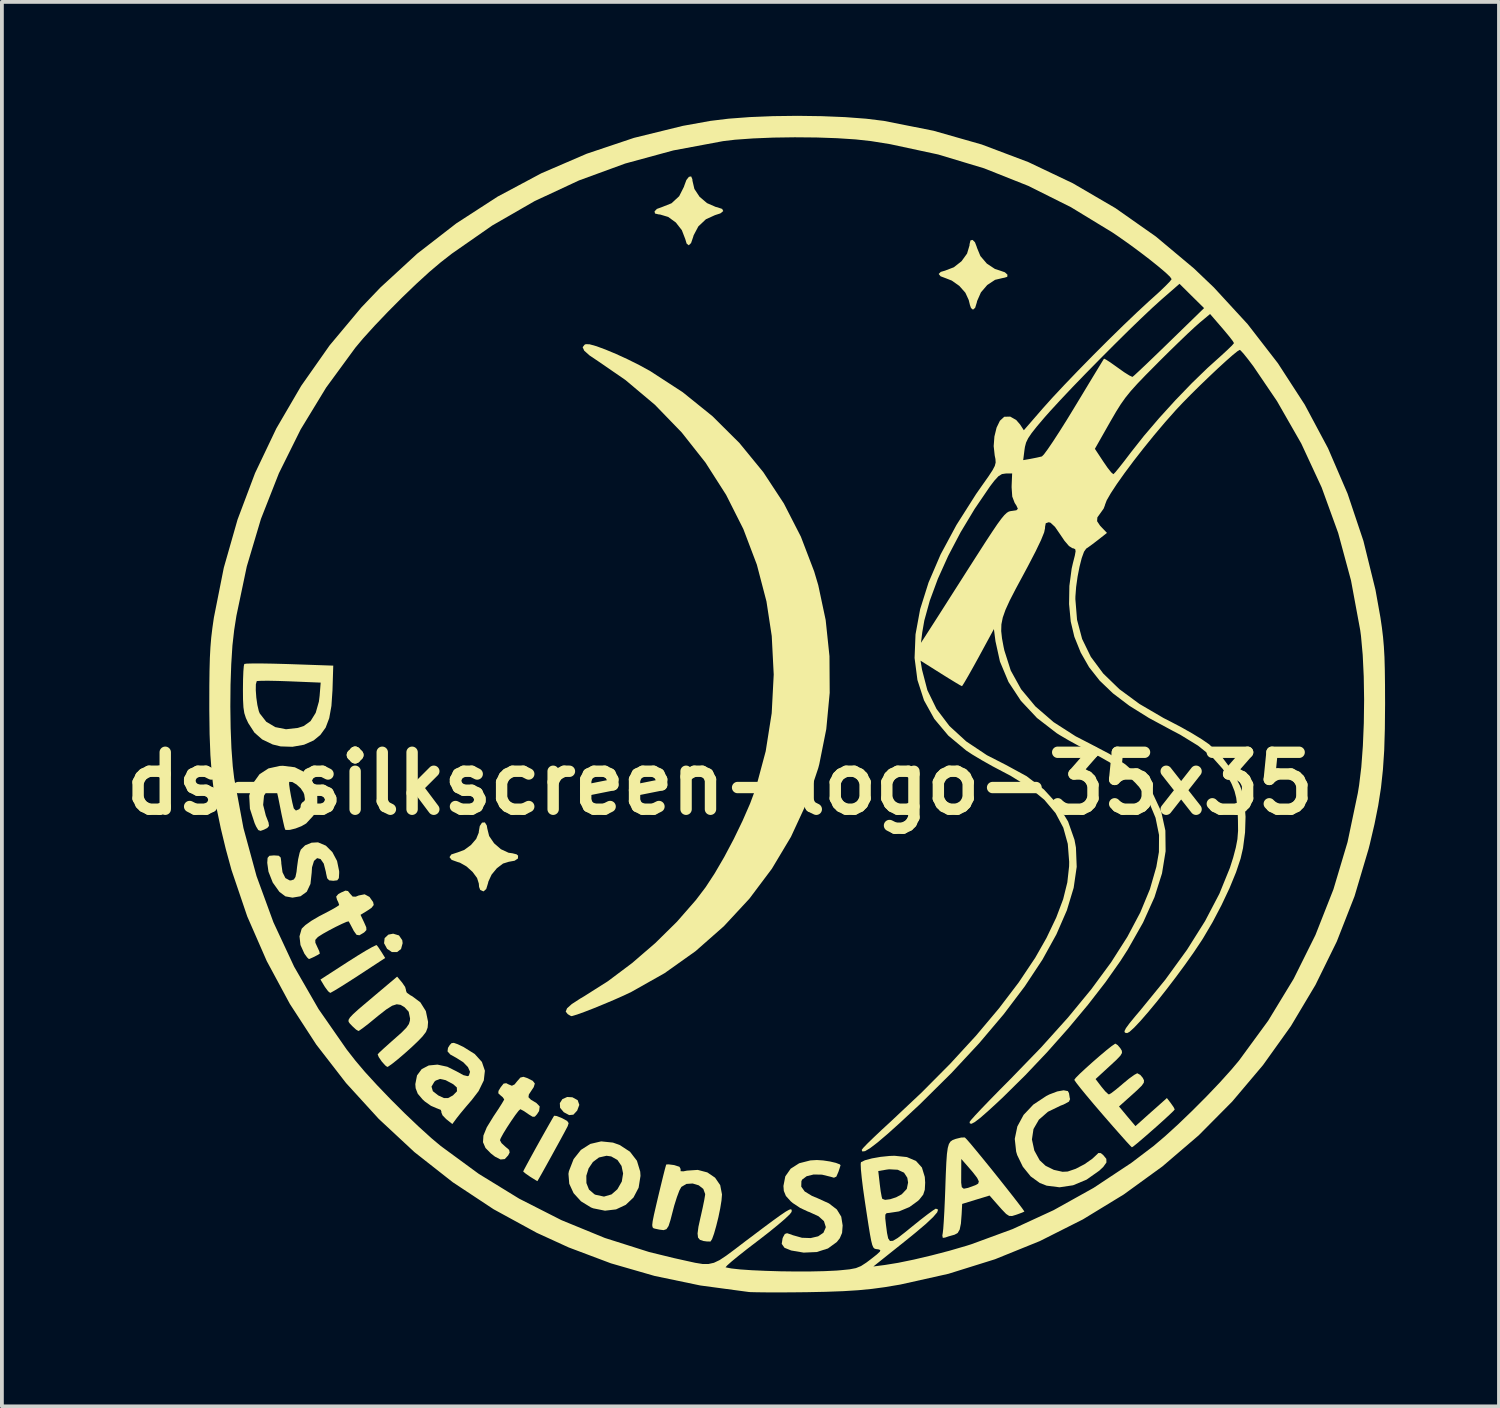
<source format=kicad_pcb>
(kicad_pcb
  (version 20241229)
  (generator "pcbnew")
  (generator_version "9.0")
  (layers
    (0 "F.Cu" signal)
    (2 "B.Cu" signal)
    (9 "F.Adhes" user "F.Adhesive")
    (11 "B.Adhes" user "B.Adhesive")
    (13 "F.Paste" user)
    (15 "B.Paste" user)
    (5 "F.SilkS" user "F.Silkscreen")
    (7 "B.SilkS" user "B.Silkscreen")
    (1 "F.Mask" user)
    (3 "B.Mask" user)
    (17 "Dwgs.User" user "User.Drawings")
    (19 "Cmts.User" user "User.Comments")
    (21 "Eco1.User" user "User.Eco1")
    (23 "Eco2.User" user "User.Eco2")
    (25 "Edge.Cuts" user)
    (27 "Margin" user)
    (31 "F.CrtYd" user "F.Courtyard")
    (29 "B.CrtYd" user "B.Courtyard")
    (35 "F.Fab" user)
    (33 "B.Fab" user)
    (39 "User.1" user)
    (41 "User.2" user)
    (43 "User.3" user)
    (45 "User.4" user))
  (footprint "ds-silkscreen-logo-35x35"
    (layer "F.Cu")
    (at 17.923 15.511)
    (property "Reference" "ds-silkscreen-logo-35x35" (at -2.015 2.069 0) (layer "F.SilkS") (effects (font (size 1.5 1.5) (thickness 0.3))))
    (attr board_only exclude_from_pos_files exclude_from_bom)
    (fp_poly (pts (xy -10.467 6.07) (xy -10.381 6.196) (xy -10.371 6.274) (xy -10.413 6.427) (xy -10.517 6.509) (xy -10.653 6.509) (xy -10.78 6.423) (xy -10.86 6.276) (xy -10.845 6.141) (xy -10.747 6.049) (xy -10.621 6.024)) (stroke (width 0) (type solid)) (fill yes) (layer "F.SilkS"))
    (fp_poly (pts (xy -5.901 10.332) (xy -5.762 10.408) (xy -5.719 10.532) (xy -5.775 10.682) (xy -5.875 10.79) (xy -5.986 10.801) (xy -6.128 10.725) (xy -6.225 10.609) (xy -6.232 10.485) (xy -6.165 10.381) (xy -6.038 10.324)) (stroke (width 0) (type solid)) (fill yes) (layer "F.SilkS"))
    (fp_poly (pts (xy -11.004 6.391) (xy -10.929 6.506) (xy -10.926 6.51) (xy -10.831 6.664) (xy -11.534 7.124) (xy -11.782 7.284) (xy -11.997 7.42) (xy -12.163 7.521) (xy -12.261 7.576) (xy -12.279 7.583) (xy -12.333 7.54) (xy -12.412 7.434) (xy -12.429 7.408) (xy -12.535 7.232) (xy -11.81 6.763) (xy -11.559 6.604) (xy -11.342 6.472) (xy -11.174 6.377) (xy -11.074 6.329) (xy -11.053 6.326)) (stroke (width 0) (type solid)) (fill yes) (layer "F.SilkS"))
    (fp_poly (pts (xy -6.322 10.824) (xy -6.202 10.869) (xy -6.163 10.887) (xy -6.039 10.955) (xy -6 11.013) (xy -6.026 11.095) (xy -6.032 11.106) (xy -6.108 11.25) (xy -6.213 11.444) (xy -6.336 11.668) (xy -6.465 11.903) (xy -6.589 12.127) (xy -6.697 12.321) (xy -6.778 12.464) (xy -6.82 12.535) (xy -6.824 12.54) (xy -6.872 12.512) (xy -6.98 12.445) (xy -7.015 12.423) (xy -7.13 12.343) (xy -7.192 12.291) (xy -7.196 12.284) (xy -7.17 12.231) (xy -7.101 12.102) (xy -7.001 11.918) (xy -6.881 11.699) (xy -6.752 11.467) (xy -6.626 11.243) (xy -6.515 11.047) (xy -6.431 10.9) (xy -6.385 10.823) (xy -6.381 10.818)) (stroke (width 0) (type solid)) (fill yes) (layer "F.SilkS"))
    (fp_poly (pts (xy -2.742 -13.842) (xy -2.74 -13.804) (xy -2.689 -13.586) (xy -2.553 -13.38) (xy -2.357 -13.213) (xy -2.126 -13.112) (xy -2.091 -13.105) (xy -1.957 -13.06) (xy -1.929 -13.003) (xy -2.005 -12.942) (xy -2.147 -12.896) (xy -2.386 -12.787) (xy -2.585 -12.599) (xy -2.709 -12.364) (xy -2.721 -12.322) (xy -2.776 -12.161) (xy -2.837 -12.102) (xy -2.893 -12.147) (xy -2.929 -12.266) (xy -3.019 -12.5) (xy -3.178 -12.703) (xy -3.379 -12.849) (xy -3.597 -12.914) (xy -3.628 -12.915) (xy -3.726 -12.939) (xy -3.738 -12.996) (xy -3.676 -13.06) (xy -3.549 -13.106) (xy -3.292 -13.208) (xy -3.089 -13.395) (xy -2.963 -13.645) (xy -2.955 -13.672) (xy -2.9 -13.82) (xy -2.833 -13.905) (xy -2.774 -13.916)) (stroke (width 0) (type solid)) (fill yes) (layer "F.SilkS"))
    (fp_poly (pts (xy 4.699 -12.182) (xy 4.748 -12.055) (xy 4.75 -12.042) (xy 4.842 -11.819) (xy 5.012 -11.62) (xy 5.225 -11.479) (xy 5.355 -11.437) (xy 5.487 -11.391) (xy 5.555 -11.328) (xy 5.549 -11.271) (xy 5.458 -11.244) (xy 5.446 -11.244) (xy 5.229 -11.193) (xy 5.023 -11.057) (xy 4.856 -10.862) (xy 4.755 -10.633) (xy 4.748 -10.598) (xy 4.704 -10.456) (xy 4.647 -10.407) (xy 4.595 -10.45) (xy 4.567 -10.53) (xy 4.534 -10.664) (xy 4.533 -10.665) (xy 4.447 -10.852) (xy 4.287 -11.033) (xy 4.088 -11.173) (xy 3.948 -11.228) (xy 3.794 -11.286) (xy 3.744 -11.347) (xy 3.799 -11.402) (xy 3.909 -11.434) (xy 4.142 -11.523) (xy 4.345 -11.682) (xy 4.491 -11.884) (xy 4.556 -12.101) (xy 4.557 -12.132) (xy 4.581 -12.231) (xy 4.636 -12.244)) (stroke (width 0) (type solid)) (fill yes) (layer "F.SilkS"))
    (fp_poly (pts (xy -8.205 3.095) (xy -8.155 3.176) (xy -8.142 3.256) (xy -8.093 3.453) (xy -7.963 3.644) (xy -7.783 3.8) (xy -7.582 3.893) (xy -7.48 3.907) (xy -7.37 3.935) (xy -7.331 3.969) (xy -7.335 4.044) (xy -7.422 4.103) (xy -7.566 4.129) (xy -7.57 4.129) (xy -7.728 4.178) (xy -7.891 4.302) (xy -8.03 4.471) (xy -8.114 4.654) (xy -8.122 4.693) (xy -8.17 4.849) (xy -8.243 4.911) (xy -8.328 4.872) (xy -8.358 4.793) (xy -8.365 4.704) (xy -8.411 4.558) (xy -8.53 4.397) (xy -8.69 4.253) (xy -8.862 4.155) (xy -8.923 4.137) (xy -9.081 4.08) (xy -9.137 4.008) (xy -9.089 3.938) (xy -8.937 3.888) (xy -8.931 3.887) (xy -8.747 3.818) (xy -8.571 3.688) (xy -8.434 3.528) (xy -8.367 3.365) (xy -8.365 3.334) (xy -8.34 3.19) (xy -8.281 3.1) (xy -8.206 3.094)) (stroke (width 0) (type solid)) (fill yes) (layer "F.SilkS"))
    (fp_poly (pts (xy -4.833 11.525) (xy -4.655 11.589) (xy -4.385 11.765) (xy -4.202 12.003) (xy -4.115 12.29) (xy -4.108 12.402) (xy -4.157 12.712) (xy -4.292 12.97) (xy -4.496 13.164) (xy -4.752 13.284) (xy -5.043 13.318) (xy -5.352 13.256) (xy -5.413 13.232) (xy -5.675 13.071) (xy -5.87 12.856) (xy -5.984 12.608) (xy -6.001 12.397) (xy -5.534 12.397) (xy -5.532 12.591) (xy -5.464 12.762) (xy -5.32 12.886) (xy -5.295 12.898) (xy -5.069 12.947) (xy -4.87 12.889) (xy -4.716 12.753) (xy -4.6 12.55) (xy -4.566 12.338) (xy -4.607 12.141) (xy -4.714 11.983) (xy -4.88 11.889) (xy -5.002 11.872) (xy -5.202 11.917) (xy -5.361 12.036) (xy -5.474 12.204) (xy -5.534 12.397) (xy -6.001 12.397) (xy -6.005 12.348) (xy -5.993 12.278) (xy -5.869 11.96) (xy -5.677 11.718) (xy -5.43 11.56) (xy -5.143 11.493)) (stroke (width 0) (type solid)) (fill yes) (layer "F.SilkS"))
    (fp_poly (pts (xy 7.145 10.169) (xy 7.175 10.224) (xy 7.195 10.351) (xy 7.204 10.378) (xy 7.174 10.446) (xy 7.033 10.522) (xy 6.952 10.553) (xy 6.621 10.713) (xy 6.382 10.922) (xy 6.24 11.168) (xy 6.199 11.442) (xy 6.262 11.734) (xy 6.403 11.991) (xy 6.559 12.136) (xy 6.776 12.243) (xy 7.006 12.294) (xy 7.141 12.287) (xy 7.352 12.215) (xy 7.584 12.094) (xy 7.787 11.952) (xy 7.867 11.878) (xy 7.95 11.799) (xy 8.013 11.802) (xy 8.076 11.853) (xy 8.158 11.953) (xy 8.161 12.049) (xy 8.077 12.166) (xy 7.973 12.264) (xy 7.637 12.501) (xy 7.282 12.649) (xy 6.926 12.702) (xy 6.586 12.659) (xy 6.407 12.589) (xy 6.165 12.414) (xy 5.959 12.159) (xy 5.811 11.854) (xy 5.784 11.763) (xy 5.747 11.427) (xy 5.815 11.1) (xy 5.98 10.795) (xy 6.236 10.524) (xy 6.575 10.299) (xy 6.658 10.257) (xy 6.866 10.178) (xy 7.035 10.148)) (stroke (width 0) (type solid)) (fill yes) (layer "F.SilkS"))
    (fp_poly (pts (xy -12.393 3.706) (xy -12.221 3.877) (xy -12.098 4.109) (xy -12.043 4.377) (xy -12.042 4.426) (xy -12.05 4.561) (xy -12.092 4.619) (xy -12.194 4.631) (xy -12.202 4.631) (xy -12.305 4.62) (xy -12.358 4.565) (xy -12.387 4.436) (xy -12.392 4.401) (xy -12.448 4.18) (xy -12.532 4.059) (xy -12.623 4.035) (xy -12.705 4.108) (xy -12.757 4.277) (xy -12.766 4.419) (xy -12.798 4.713) (xy -12.895 4.919) (xy -13.06 5.039) (xy -13.271 5.075) (xy -13.459 5.041) (xy -13.616 4.923) (xy -13.791 4.678) (xy -13.904 4.391) (xy -13.936 4.159) (xy -13.927 4.028) (xy -13.88 3.973) (xy -13.763 3.963) (xy -13.754 3.963) (xy -13.635 3.971) (xy -13.582 4.019) (xy -13.567 4.138) (xy -13.566 4.175) (xy -13.534 4.407) (xy -13.458 4.56) (xy -13.344 4.622) (xy -13.305 4.62) (xy -13.235 4.596) (xy -13.193 4.53) (xy -13.165 4.396) (xy -13.151 4.269) (xy -13.123 4.066) (xy -13.083 3.891) (xy -13.052 3.81) (xy -12.939 3.698) (xy -12.768 3.628) (xy -12.599 3.619)) (stroke (width 0) (type solid)) (fill yes) (layer "F.SilkS"))
    (fp_poly (pts (xy -14.082 -1.091) (xy -13.786 -1.086) (xy -13.447 -1.077) (xy -13.351 -1.074) (xy -12.198 -1.034) (xy -12.218 -0.388) (xy -12.246 0.026) (xy -12.304 0.349) (xy -12.398 0.598) (xy -12.537 0.79) (xy -12.713 0.935) (xy -12.968 1.049) (xy -13.273 1.103) (xy -13.585 1.093) (xy -13.793 1.042) (xy -14.071 0.908) (xy -14.274 0.729) (xy -14.437 0.477) (xy -14.499 0.344) (xy -14.54 0.216) (xy -14.563 0.065) (xy -14.574 -0.139) (xy -14.576 -0.386) (xy -14.238 -0.386) (xy -14.224 -0.192) (xy -14.196 0.003) (xy -14.158 0.164) (xy -14.134 0.224) (xy -13.962 0.444) (xy -13.725 0.585) (xy -13.442 0.641) (xy -13.13 0.606) (xy -12.975 0.556) (xy -12.796 0.427) (xy -12.66 0.208) (xy -12.576 -0.087) (xy -12.557 -0.238) (xy -12.529 -0.587) (xy -13.356 -0.621) (xy -13.648 -0.631) (xy -13.899 -0.636) (xy -14.088 -0.635) (xy -14.196 -0.629) (xy -14.213 -0.625) (xy -14.236 -0.542) (xy -14.238 -0.386) (xy -14.576 -0.386) (xy -14.576 -0.418) (xy -14.573 -0.671) (xy -14.565 -0.881) (xy -14.553 -1.025) (xy -14.54 -1.078) (xy -14.476 -1.087) (xy -14.317 -1.091)) (stroke (width 0) (type solid)) (fill yes) (layer "F.SilkS"))
    (fp_poly (pts (xy -7.095 9.824) (xy -6.945 9.899) (xy -6.89 9.97) (xy -6.92 10.066) (xy -6.974 10.147) (xy -7.047 10.258) (xy -7.058 10.33) (xy -6.995 10.395) (xy -6.848 10.483) (xy -6.762 10.573) (xy -6.778 10.693) (xy -6.832 10.778) (xy -6.89 10.842) (xy -6.948 10.845) (xy -7.047 10.785) (xy -7.076 10.764) (xy -7.192 10.687) (xy -7.267 10.648) (xy -7.273 10.647) (xy -7.32 10.69) (xy -7.406 10.803) (xy -7.513 10.958) (xy -7.625 11.129) (xy -7.723 11.289) (xy -7.789 11.411) (xy -7.808 11.463) (xy -7.767 11.539) (xy -7.668 11.631) (xy -7.663 11.635) (xy -7.567 11.717) (xy -7.553 11.786) (xy -7.592 11.862) (xy -7.682 11.959) (xy -7.792 11.97) (xy -7.939 11.895) (xy -8.046 11.812) (xy -8.189 11.667) (xy -8.255 11.515) (xy -8.244 11.339) (xy -8.155 11.122) (xy -7.986 10.847) (xy -7.976 10.831) (xy -7.852 10.645) (xy -7.756 10.494) (xy -7.703 10.403) (xy -7.697 10.387) (xy -7.736 10.33) (xy -7.791 10.284) (xy -7.852 10.227) (xy -7.847 10.164) (xy -7.79 10.069) (xy -7.713 9.972) (xy -7.644 9.961) (xy -7.581 9.993) (xy -7.494 10.028) (xy -7.423 9.993) (xy -7.357 9.911) (xy -7.27 9.812) (xy -7.189 9.793)) (stroke (width 0) (type solid)) (fill yes) (layer "F.SilkS"))
    (fp_poly (pts (xy -10.384 7.312) (xy -10.305 7.428) (xy -10.281 7.513) (xy -10.284 7.523) (xy -10.261 7.578) (xy -10.162 7.649) (xy -10.122 7.669) (xy -9.905 7.831) (xy -9.76 8.062) (xy -9.703 8.337) (xy -9.702 8.358) (xy -9.713 8.497) (xy -9.756 8.611) (xy -9.851 8.734) (xy -9.967 8.854) (xy -10.135 9.014) (xy -10.318 9.178) (xy -10.495 9.329) (xy -10.645 9.449) (xy -10.747 9.521) (xy -10.776 9.533) (xy -10.829 9.493) (xy -10.915 9.397) (xy -10.925 9.384) (xy -11 9.274) (xy -11.028 9.204) (xy -11.027 9.2) (xy -10.981 9.15) (xy -10.869 9.046) (xy -10.71 8.903) (xy -10.594 8.801) (xy -10.398 8.627) (xy -10.274 8.501) (xy -10.206 8.403) (xy -10.179 8.313) (xy -10.176 8.253) (xy -10.212 8.079) (xy -10.322 7.959) (xy -10.425 7.898) (xy -10.527 7.883) (xy -10.647 7.921) (xy -10.803 8.02) (xy -11.015 8.186) (xy -11.099 8.255) (xy -11.276 8.4) (xy -11.422 8.512) (xy -11.515 8.577) (xy -11.536 8.586) (xy -11.598 8.549) (xy -11.696 8.459) (xy -11.709 8.445) (xy -11.762 8.39) (xy -11.794 8.344) (xy -11.796 8.295) (xy -11.759 8.232) (xy -11.674 8.142) (xy -11.532 8.013) (xy -11.322 7.835) (xy -11.07 7.622) (xy -10.516 7.155)) (stroke (width 0) (type solid)) (fill yes) (layer "F.SilkS"))
    (fp_poly (pts (xy 0.702 11.995) (xy 0.88 12.022) (xy 1.037 12.059) (xy 1.139 12.098) (xy 1.16 12.12) (xy 1.143 12.176) (xy 1.104 12.295) (xy 1.099 12.306) (xy 1.049 12.421) (xy 0.986 12.45) (xy 0.896 12.424) (xy 0.67 12.369) (xy 0.451 12.365) (xy 0.268 12.41) (xy 0.15 12.498) (xy 0.129 12.541) (xy 0.125 12.685) (xy 0.216 12.812) (xy 0.408 12.929) (xy 0.549 12.987) (xy 0.856 13.127) (xy 1.062 13.286) (xy 1.178 13.475) (xy 1.215 13.705) (xy 1.215 13.709) (xy 1.2 13.903) (xy 1.14 14.044) (xy 1.059 14.145) (xy 0.828 14.313) (xy 0.531 14.407) (xy 0.188 14.422) (xy -0.14 14.366) (xy -0.316 14.295) (xy -0.389 14.192) (xy -0.367 14.047) (xy -0.354 14.015) (xy -0.307 13.931) (xy -0.249 13.911) (xy -0.139 13.946) (xy -0.098 13.963) (xy 0.143 14.031) (xy 0.373 14.039) (xy 0.57 13.993) (xy 0.709 13.899) (xy 0.769 13.762) (xy 0.77 13.744) (xy 0.723 13.594) (xy 0.58 13.465) (xy 0.333 13.352) (xy 0.303 13.342) (xy 0.097 13.246) (xy -0.101 13.115) (xy -0.152 13.071) (xy -0.279 12.931) (xy -0.334 12.797) (xy -0.344 12.667) (xy -0.295 12.414) (xy -0.153 12.212) (xy 0.071 12.069) (xy 0.365 11.994) (xy 0.537 11.984)) (stroke (width 0) (type solid)) (fill yes) (layer "F.SilkS"))
    (fp_poly (pts (xy -11.811 4.901) (xy -11.754 4.972) (xy -11.686 5.048) (xy -11.604 5.049) (xy -11.527 5.018) (xy -11.372 4.987) (xy -11.244 5.056) (xy -11.148 5.193) (xy -11.132 5.269) (xy -11.19 5.343) (xy -11.288 5.41) (xy -11.48 5.528) (xy -11.386 5.726) (xy -11.329 5.856) (xy -11.325 5.928) (xy -11.376 5.984) (xy -11.399 6.001) (xy -11.509 6.066) (xy -11.584 6.054) (xy -11.657 5.953) (xy -11.685 5.898) (xy -11.75 5.775) (xy -11.789 5.704) (xy -11.793 5.7) (xy -11.847 5.712) (xy -11.97 5.766) (xy -12.133 5.845) (xy -12.309 5.937) (xy -12.468 6.026) (xy -12.582 6.098) (xy -12.611 6.12) (xy -12.671 6.188) (xy -12.669 6.263) (xy -12.62 6.37) (xy -12.567 6.485) (xy -12.552 6.548) (xy -12.553 6.55) (xy -12.62 6.591) (xy -12.726 6.645) (xy -12.816 6.685) (xy -12.839 6.692) (xy -12.884 6.651) (xy -12.957 6.551) (xy -12.959 6.548) (xy -13.061 6.322) (xy -13.087 6.094) (xy -13.031 5.899) (xy -13.022 5.885) (xy -12.931 5.797) (xy -12.769 5.682) (xy -12.564 5.562) (xy -12.486 5.522) (xy -12.289 5.419) (xy -12.137 5.334) (xy -12.052 5.279) (xy -12.042 5.267) (xy -12.065 5.199) (xy -12.098 5.131) (xy -12.121 5.048) (xy -12.067 4.983) (xy -11.993 4.941) (xy -11.877 4.89)) (stroke (width 0) (type solid)) (fill yes) (layer "F.SilkS"))
    (fp_poly (pts (xy -8.92 8.935) (xy -8.769 9.007) (xy -8.472 9.193) (xy -8.284 9.401) (xy -8.205 9.633) (xy -8.234 9.888) (xy -8.371 10.169) (xy -8.548 10.4) (xy -8.704 10.582) (xy -8.845 10.751) (xy -8.943 10.875) (xy -8.952 10.887) (xy -9.062 11.036) (xy -9.224 10.907) (xy -9.32 10.808) (xy -9.353 10.728) (xy -9.349 10.716) (xy -9.368 10.663) (xy -9.479 10.619) (xy -9.482 10.618) (xy -9.626 10.556) (xy -9.787 10.442) (xy -9.845 10.389) (xy -9.973 10.238) (xy -10.028 10.095) (xy -10.032 10.051) (xy -9.611 10.051) (xy -9.575 10.172) (xy -9.431 10.284) (xy -9.284 10.352) (xy -9.176 10.353) (xy -9.058 10.289) (xy -9.046 10.282) (xy -8.94 10.174) (xy -8.944 10.073) (xy -9.038 9.989) (xy -9.239 9.881) (xy -9.386 9.849) (xy -9.499 9.891) (xy -9.535 9.922) (xy -9.611 10.051) (xy -10.032 10.051) (xy -10.037 9.985) (xy -9.992 9.756) (xy -9.869 9.59) (xy -9.684 9.494) (xy -9.453 9.472) (xy -9.194 9.528) (xy -8.954 9.648) (xy -8.771 9.749) (xy -8.66 9.776) (xy -8.627 9.761) (xy -8.596 9.662) (xy -8.651 9.537) (xy -8.776 9.408) (xy -8.949 9.299) (xy -9.117 9.205) (xy -9.189 9.123) (xy -9.177 9.031) (xy -9.131 8.957) (xy -9.084 8.907) (xy -9.023 8.899)) (stroke (width 0) (type solid)) (fill yes) (layer "F.SilkS"))
    (fp_poly (pts (xy -3.244 12.114) (xy -3.218 12.118) (xy -3.082 12.162) (xy -3.05 12.223) (xy -3.053 12.231) (xy -3.051 12.278) (xy -2.979 12.282) (xy -2.883 12.263) (xy -2.6 12.244) (xy -2.348 12.31) (xy -2.144 12.449) (xy -2.009 12.646) (xy -1.962 12.89) (xy -1.975 13.05) (xy -2.009 13.259) (xy -2.057 13.492) (xy -2.114 13.721) (xy -2.171 13.922) (xy -2.223 14.066) (xy -2.264 14.129) (xy -2.266 14.13) (xy -2.361 14.128) (xy -2.451 14.116) (xy -2.542 14.086) (xy -2.593 14.026) (xy -2.605 13.917) (xy -2.582 13.741) (xy -2.524 13.477) (xy -2.52 13.462) (xy -2.469 13.233) (xy -2.429 13.037) (xy -2.407 12.906) (xy -2.405 12.879) (xy -2.454 12.745) (xy -2.575 12.65) (xy -2.735 12.602) (xy -2.899 12.613) (xy -3.033 12.693) (xy -3.033 12.694) (xy -3.085 12.789) (xy -3.15 12.963) (xy -3.22 13.186) (xy -3.255 13.32) (xy -3.319 13.566) (xy -3.369 13.722) (xy -3.424 13.804) (xy -3.499 13.83) (xy -3.612 13.816) (xy -3.72 13.793) (xy -3.764 13.781) (xy -3.79 13.754) (xy -3.799 13.697) (xy -3.787 13.592) (xy -3.753 13.424) (xy -3.696 13.176) (xy -3.642 12.946) (xy -3.573 12.659) (xy -3.513 12.413) (xy -3.466 12.227) (xy -3.436 12.12) (xy -3.43 12.102) (xy -3.37 12.098)) (stroke (width 0) (type solid)) (fill yes) (layer "F.SilkS"))
    (fp_poly (pts (xy -13.21 1.642) (xy -12.959 1.769) (xy -12.768 1.989) (xy -12.724 2.068) (xy -12.619 2.374) (xy -12.618 2.66) (xy -12.721 2.916) (xy -12.91 3.121) (xy -13.034 3.193) (xy -13.191 3.254) (xy -13.341 3.291) (xy -13.445 3.293) (xy -13.463 3.284) (xy -13.483 3.223) (xy -13.517 3.076) (xy -13.562 2.868) (xy -13.598 2.685) (xy -13.646 2.445) (xy -13.69 2.249) (xy -13.722 2.12) (xy -13.733 2.091) (xy -13.36 2.091) (xy -13.342 2.224) (xy -13.312 2.395) (xy -13.277 2.567) (xy -13.243 2.705) (xy -13.236 2.728) (xy -13.181 2.782) (xy -13.096 2.747) (xy -13.002 2.631) (xy -12.993 2.615) (xy -12.943 2.488) (xy -12.962 2.361) (xy -12.983 2.306) (xy -13.056 2.196) (xy -13.164 2.096) (xy -13.275 2.031) (xy -13.353 2.026) (xy -13.359 2.031) (xy -13.36 2.091) (xy -13.733 2.091) (xy -13.736 2.083) (xy -13.787 2.101) (xy -13.882 2.178) (xy -13.904 2.2) (xy -14.021 2.391) (xy -14.044 2.634) (xy -13.973 2.917) (xy -13.963 2.941) (xy -13.902 3.098) (xy -13.89 3.187) (xy -13.935 3.241) (xy -14.022 3.285) (xy -14.112 3.317) (xy -14.172 3.296) (xy -14.229 3.202) (xy -14.269 3.113) (xy -14.392 2.735) (xy -14.411 2.393) (xy -14.325 2.09) (xy -14.315 2.07) (xy -14.139 1.825) (xy -13.905 1.673) (xy -13.606 1.607) (xy -13.525 1.603)) (stroke (width 0) (type solid)) (fill yes) (layer "F.SilkS"))
    (fp_poly (pts (xy 4.436 11.393) (xy 4.487 11.445) (xy 4.593 11.567) (xy 4.74 11.744) (xy 4.918 11.961) (xy 5.114 12.202) (xy 5.316 12.454) (xy 5.511 12.7) (xy 5.689 12.926) (xy 5.837 13.117) (xy 5.944 13.258) (xy 5.996 13.333) (xy 5.999 13.342) (xy 5.937 13.37) (xy 5.812 13.416) (xy 5.783 13.426) (xy 5.677 13.458) (xy 5.599 13.455) (xy 5.52 13.404) (xy 5.41 13.29) (xy 5.335 13.206) (xy 5.083 12.919) (xy 4.723 13.029) (xy 4.362 13.14) (xy 4.348 13.411) (xy 4.329 13.657) (xy 4.297 13.814) (xy 4.245 13.904) (xy 4.165 13.949) (xy 4.145 13.955) (xy 3.999 13.996) (xy 3.916 14.025) (xy 3.852 14.034) (xy 3.84 13.972) (xy 3.852 13.9) (xy 3.864 13.792) (xy 3.878 13.595) (xy 3.893 13.33) (xy 3.907 13.02) (xy 3.917 12.763) (xy 3.923 12.579) (xy 4.336 12.579) (xy 4.352 12.699) (xy 4.405 12.74) (xy 4.517 12.717) (xy 4.709 12.647) (xy 4.713 12.645) (xy 4.784 12.605) (xy 4.801 12.547) (xy 4.756 12.453) (xy 4.644 12.307) (xy 4.534 12.179) (xy 4.339 11.956) (xy 4.337 12.363) (xy 4.336 12.579) (xy 3.923 12.579) (xy 3.931 12.358) (xy 3.945 12.05) (xy 3.961 11.824) (xy 3.983 11.666) (xy 4.013 11.562) (xy 4.054 11.498) (xy 4.109 11.459) (xy 4.183 11.431) (xy 4.198 11.426) (xy 4.337 11.392) (xy 4.429 11.39)) (stroke (width 0) (type solid)) (fill yes) (layer "F.SilkS"))
    (fp_poly (pts (xy 8.46 8.961) (xy 8.53 9.045) (xy 8.567 9.108) (xy 8.57 9.166) (xy 8.527 9.238) (xy 8.426 9.344) (xy 8.254 9.504) (xy 8.246 9.511) (xy 7.875 9.852) (xy 8.029 10.054) (xy 8.13 10.176) (xy 8.208 10.248) (xy 8.228 10.257) (xy 8.288 10.223) (xy 8.407 10.132) (xy 8.562 10.003) (xy 8.59 9.978) (xy 8.752 9.844) (xy 8.886 9.746) (xy 8.969 9.701) (xy 8.975 9.7) (xy 9.053 9.743) (xy 9.119 9.822) (xy 9.15 9.887) (xy 9.145 9.948) (xy 9.091 10.026) (xy 8.973 10.142) (xy 8.844 10.259) (xy 8.492 10.574) (xy 8.708 10.833) (xy 8.925 11.091) (xy 9.067 10.964) (xy 9.185 10.858) (xy 9.347 10.713) (xy 9.481 10.595) (xy 9.753 10.352) (xy 9.855 10.485) (xy 9.929 10.59) (xy 9.959 10.652) (xy 9.92 10.697) (xy 9.816 10.797) (xy 9.664 10.937) (xy 9.485 11.098) (xy 9.296 11.264) (xy 9.117 11.419) (xy 8.968 11.546) (xy 8.866 11.628) (xy 8.831 11.649) (xy 8.79 11.609) (xy 8.686 11.497) (xy 8.533 11.325) (xy 8.34 11.107) (xy 8.12 10.854) (xy 8.061 10.786) (xy 7.836 10.524) (xy 7.638 10.288) (xy 7.478 10.093) (xy 7.368 9.952) (xy 7.317 9.878) (xy 7.315 9.872) (xy 7.354 9.819) (xy 7.46 9.712) (xy 7.613 9.57) (xy 7.792 9.409) (xy 7.979 9.246) (xy 8.152 9.1) (xy 8.293 8.988) (xy 8.382 8.926) (xy 8.399 8.92)) (stroke (width 0) (type solid)) (fill yes) (layer "F.SilkS"))
    (fp_poly (pts (xy -5.447 -9.495) (xy -5.268 -9.445) (xy -5.03 -9.357) (xy -4.75 -9.24) (xy -4.449 -9.102) (xy -4.144 -8.95) (xy -3.856 -8.792) (xy -3.852 -8.79) (xy -2.998 -8.235) (xy -2.213 -7.602) (xy -1.504 -6.897) (xy -0.875 -6.129) (xy -0.333 -5.304) (xy 0.115 -4.43) (xy 0.465 -3.515) (xy 0.573 -3.152) (xy 0.768 -2.235) (xy 0.868 -1.283) (xy 0.874 -0.317) (xy 0.784 0.638) (xy 0.6 1.56) (xy 0.573 1.663) (xy 0.264 2.588) (xy -0.146 3.474) (xy -0.649 4.315) (xy -1.24 5.102) (xy -1.913 5.828) (xy -2.659 6.485) (xy -3.474 7.064) (xy -4.346 7.556) (xy -4.552 7.654) (xy -4.8 7.764) (xy -5.068 7.877) (xy -5.333 7.986) (xy -5.575 8.08) (xy -5.771 8.151) (xy -5.899 8.19) (xy -5.933 8.195) (xy -5.981 8.169) (xy -6.026 8.141) (xy -6.077 8.075) (xy -6.042 7.989) (xy -5.917 7.877) (xy -5.695 7.733) (xy -5.593 7.673) (xy -4.965 7.275) (xy -4.332 6.8) (xy -3.718 6.271) (xy -3.149 5.71) (xy -2.649 5.138) (xy -2.391 4.798) (xy -2.155 4.437) (xy -1.903 4.005) (xy -1.653 3.533) (xy -1.421 3.053) (xy -1.222 2.598) (xy -1.074 2.2) (xy -1.072 2.194) (xy -0.811 1.22) (xy -0.653 0.217) (xy -0.6 -0.8) (xy -0.652 -1.815) (xy -0.791 -2.725) (xy -1.044 -3.693) (xy -1.4 -4.631) (xy -1.853 -5.53) (xy -2.397 -6.381) (xy -3.024 -7.175) (xy -3.729 -7.903) (xy -4.506 -8.556) (xy -5.212 -9.042) (xy -5.45 -9.202) (xy -5.589 -9.326) (xy -5.631 -9.418) (xy -5.582 -9.483) (xy -5.547 -9.499)) (stroke (width 0) (type solid)) (fill yes) (layer "F.SilkS"))
    (fp_poly (pts (xy 0.667 -15.502) (xy 1.28 -15.477) (xy 1.838 -15.435) (xy 2.301 -15.378) (xy 3.609 -15.118) (xy 4.878 -14.756) (xy 6.102 -14.294) (xy 7.277 -13.735) (xy 8.399 -13.08) (xy 9.463 -12.332) (xy 10.465 -11.493) (xy 10.99 -10.992) (xy 11.878 -10.027) (xy 12.676 -8.996) (xy 13.383 -7.905) (xy 13.995 -6.759) (xy 14.511 -5.561) (xy 14.928 -4.317) (xy 15.245 -3.03) (xy 15.375 -2.304) (xy 15.414 -2.038) (xy 15.444 -1.789) (xy 15.466 -1.536) (xy 15.482 -1.256) (xy 15.491 -0.93) (xy 15.496 -0.536) (xy 15.498 -0.053) (xy 15.498 -0.02) (xy 15.492 0.632) (xy 15.475 1.2) (xy 15.441 1.708) (xy 15.39 2.183) (xy 15.317 2.65) (xy 15.22 3.136) (xy 15.096 3.666) (xy 15.063 3.795) (xy 14.694 5.037) (xy 14.226 6.231) (xy 13.665 7.373) (xy 13.017 8.459) (xy 12.284 9.484) (xy 11.473 10.444) (xy 10.589 11.335) (xy 9.635 12.152) (xy 8.617 12.891) (xy 7.54 13.548) (xy 6.408 14.118) (xy 5.226 14.597) (xy 4 14.98) (xy 2.733 15.263) (xy 2.329 15.331) (xy 1.987 15.377) (xy 1.629 15.412) (xy 1.231 15.437) (xy 0.767 15.454) (xy 0.268 15.464) (xy -0.116 15.468) (xy -0.476 15.47) (xy -0.791 15.469) (xy -1.044 15.466) (xy -1.214 15.462) (xy -1.263 15.458) (xy -2.534 15.287) (xy -3.737 15.036) (xy -4.887 14.704) (xy -6 14.285) (xy -6.839 13.901) (xy -7.976 13.28) (xy -9.051 12.569) (xy -10.061 11.775) (xy -10.999 10.902) (xy -11.861 9.957) (xy -12.644 8.946) (xy -13.341 7.873) (xy -13.949 6.745) (xy -14.463 5.569) (xy -14.877 4.348) (xy -15.028 3.795) (xy -15.159 3.252) (xy -15.262 2.758) (xy -15.34 2.289) (xy -15.396 1.818) (xy -15.433 1.319) (xy -15.454 0.768) (xy -15.462 0.137) (xy -15.462 0.042) (xy -14.908 0.042) (xy -14.9 0.608) (xy -14.879 1.143) (xy -14.844 1.618) (xy -14.807 1.929) (xy -14.563 3.242) (xy -14.218 4.508) (xy -13.773 5.725) (xy -13.228 6.893) (xy -12.585 8.009) (xy -11.844 9.074) (xy -11.616 9.366) (xy -11.363 9.665) (xy -11.046 10.011) (xy -10.69 10.382) (xy -10.316 10.755) (xy -9.947 11.106) (xy -9.608 11.413) (xy -9.368 11.614) (xy -8.367 12.348) (xy -7.303 13.001) (xy -6.192 13.566) (xy -5.047 14.036) (xy -3.881 14.406) (xy -3.232 14.565) (xy -2.913 14.636) (xy -2.668 14.69) (xy -2.477 14.721) (xy -2.319 14.722) (xy -2.175 14.69) (xy -2.025 14.619) (xy -1.849 14.502) (xy -1.625 14.336) (xy -1.336 14.115) (xy -1.234 14.039) (xy -0.888 13.778) (xy -0.62 13.579) (xy -0.421 13.436) (xy -0.282 13.342) (xy -0.193 13.292) (xy -0.145 13.28) (xy -0.126 13.299) (xy -0.129 13.344) (xy -0.13 13.351) (xy -0.179 13.415) (xy -0.304 13.534) (xy -0.491 13.694) (xy -0.725 13.884) (xy -0.994 14.093) (xy -1.034 14.123) (xy -1.3 14.327) (xy -1.529 14.508) (xy -1.708 14.655) (xy -1.824 14.758) (xy -1.867 14.807) (xy -1.865 14.81) (xy -1.719 14.839) (xy -1.482 14.865) (xy -1.174 14.886) (xy -0.814 14.902) (xy -0.423 14.914) (xy -0.022 14.919) (xy 0.371 14.918) (xy 0.735 14.91) (xy 1.051 14.895) (xy 1.16 14.886) (xy 1.399 14.862) (xy 1.565 14.83) (xy 1.698 14.776) (xy 1.837 14.686) (xy 1.954 14.598) (xy 2.115 14.471) (xy 2.196 14.395) (xy 2.207 14.355) (xy 2.16 14.337) (xy 2.138 14.334) (xy 2.09 14.328) (xy 2.053 14.316) (xy 2.022 14.284) (xy 1.994 14.218) (xy 1.966 14.106) (xy 1.934 13.934) (xy 1.894 13.688) (xy 1.843 13.356) (xy 1.797 13.05) (xy 1.752 12.734) (xy 1.718 12.457) (xy 1.7 12.274) (xy 2.153 12.274) (xy 2.192 12.616) (xy 2.216 12.804) (xy 2.242 12.947) (xy 2.259 13.006) (xy 2.332 13.033) (xy 2.467 13.016) (xy 2.624 12.965) (xy 2.766 12.889) (xy 2.775 12.882) (xy 2.904 12.745) (xy 2.938 12.577) (xy 2.918 12.451) (xy 2.831 12.317) (xy 2.665 12.24) (xy 2.44 12.228) (xy 2.369 12.237) (xy 2.153 12.274) (xy 1.7 12.274) (xy 1.696 12.236) (xy 1.69 12.091) (xy 1.697 12.041) (xy 1.803 11.99) (xy 1.986 11.941) (xy 2.213 11.901) (xy 2.448 11.877) (xy 2.58 11.872) (xy 2.906 11.906) (xy 3.146 12.008) (xy 3.302 12.181) (xy 3.378 12.429) (xy 3.388 12.579) (xy 3.378 12.767) (xy 3.336 12.896) (xy 3.241 13.017) (xy 3.203 13.056) (xy 2.975 13.222) (xy 2.699 13.337) (xy 2.442 13.376) (xy 2.372 13.383) (xy 2.339 13.422) (xy 2.337 13.519) (xy 2.356 13.692) (xy 2.384 13.907) (xy 2.414 14.048) (xy 2.461 14.116) (xy 2.54 14.111) (xy 2.666 14.036) (xy 2.854 13.89) (xy 3.045 13.735) (xy 3.261 13.561) (xy 3.449 13.416) (xy 3.589 13.314) (xy 3.665 13.266) (xy 3.672 13.265) (xy 3.728 13.289) (xy 3.704 13.362) (xy 3.597 13.487) (xy 3.406 13.667) (xy 3.126 13.904) (xy 2.873 14.109) (xy 2.024 14.787) (xy 2.33 14.747) (xy 2.675 14.691) (xy 3.093 14.605) (xy 3.554 14.496) (xy 4.026 14.373) (xy 4.479 14.241) (xy 4.605 14.201) (xy 5.691 13.802) (xy 6.77 13.304) (xy 7.82 12.719) (xy 8.818 12.058) (xy 9.403 11.614) (xy 9.702 11.36) (xy 10.049 11.044) (xy 10.42 10.687) (xy 10.793 10.313) (xy 11.144 9.945) (xy 11.45 9.605) (xy 11.651 9.366) (xy 12.419 8.317) (xy 13.09 7.214) (xy 13.664 6.06) (xy 14.138 4.857) (xy 14.51 3.611) (xy 14.78 2.324) (xy 14.814 2.116) (xy 14.872 1.637) (xy 14.913 1.082) (xy 14.938 0.48) (xy 14.946 -0.14) (xy 14.936 -0.748) (xy 14.909 -1.315) (xy 14.864 -1.812) (xy 14.843 -1.97) (xy 14.601 -3.276) (xy 14.263 -4.527) (xy 13.827 -5.728) (xy 13.291 -6.883) (xy 12.653 -7.997) (xy 12.029 -8.917) (xy 11.889 -9.102) (xy 11.772 -9.248) (xy 11.693 -9.334) (xy 11.672 -9.348) (xy 11.61 -9.312) (xy 11.484 -9.21) (xy 11.308 -9.055) (xy 11.096 -8.861) (xy 10.862 -8.64) (xy 10.62 -8.407) (xy 10.385 -8.175) (xy 10.17 -7.956) (xy 9.99 -7.765) (xy 9.983 -7.757) (xy 9.703 -7.441) (xy 9.419 -7.105) (xy 9.141 -6.762) (xy 8.878 -6.425) (xy 8.64 -6.106) (xy 8.436 -5.818) (xy 8.276 -5.574) (xy 8.168 -5.387) (xy 8.123 -5.269) (xy 8.122 -5.259) (xy 8.088 -5.17) (xy 8.011 -5.061) (xy 7.922 -4.937) (xy 7.915 -4.837) (xy 7.992 -4.721) (xy 8.037 -4.673) (xy 8.175 -4.529) (xy 7.94 -4.344) (xy 7.792 -4.231) (xy 7.672 -4.144) (xy 7.629 -4.116) (xy 7.571 -4.034) (xy 7.51 -3.866) (xy 7.452 -3.638) (xy 7.401 -3.376) (xy 7.363 -3.106) (xy 7.344 -2.854) (xy 7.343 -2.785) (xy 7.387 -2.241) (xy 7.521 -1.736) (xy 7.75 -1.266) (xy 8.076 -0.827) (xy 8.502 -0.414) (xy 9.031 -0.025) (xy 9.667 0.347) (xy 9.85 0.44) (xy 10.139 0.592) (xy 10.425 0.754) (xy 10.675 0.907) (xy 10.858 1.033) (xy 10.87 1.042) (xy 11.182 1.343) (xy 11.459 1.715) (xy 11.672 2.116) (xy 11.725 2.253) (xy 11.795 2.565) (xy 11.824 2.945) (xy 11.811 3.359) (xy 11.757 3.772) (xy 11.694 4.046) (xy 11.574 4.406) (xy 11.402 4.825) (xy 11.191 5.272) (xy 10.957 5.718) (xy 10.714 6.131) (xy 10.663 6.212) (xy 10.459 6.517) (xy 10.229 6.843) (xy 9.984 7.175) (xy 9.735 7.501) (xy 9.491 7.81) (xy 9.261 8.087) (xy 9.058 8.321) (xy 8.889 8.5) (xy 8.766 8.611) (xy 8.705 8.642) (xy 8.648 8.631) (xy 8.635 8.592) (xy 8.674 8.512) (xy 8.771 8.38) (xy 8.932 8.184) (xy 9.047 8.049) (xy 9.712 7.234) (xy 10.283 6.447) (xy 10.758 5.692) (xy 11.135 4.972) (xy 11.412 4.291) (xy 11.497 4.024) (xy 11.568 3.755) (xy 11.61 3.535) (xy 11.627 3.314) (xy 11.624 3.046) (xy 11.621 2.943) (xy 11.604 2.657) (xy 11.578 2.445) (xy 11.534 2.271) (xy 11.465 2.098) (xy 11.438 2.041) (xy 11.228 1.691) (xy 10.943 1.371) (xy 10.571 1.072) (xy 10.103 0.785) (xy 9.899 0.678) (xy 9.281 0.345) (xy 8.762 0.021) (xy 8.333 -0.304) (xy 7.983 -0.639) (xy 7.704 -0.993) (xy 7.484 -1.378) (xy 7.316 -1.794) (xy 7.221 -2.195) (xy 7.177 -2.655) (xy 7.185 -3.133) (xy 7.245 -3.588) (xy 7.279 -3.736) (xy 7.329 -3.932) (xy 7.349 -4.045) (xy 7.339 -4.099) (xy 7.298 -4.12) (xy 7.266 -4.126) (xy 7.175 -4.183) (xy 7.056 -4.322) (xy 6.952 -4.476) (xy 6.806 -4.688) (xy 6.69 -4.796) (xy 6.642 -4.81) (xy 6.563 -4.783) (xy 6.544 -4.684) (xy 6.545 -4.657) (xy 6.521 -4.543) (xy 6.438 -4.338) (xy 6.296 -4.042) (xy 6.094 -3.653) (xy 5.975 -3.431) (xy 5.769 -3.049) (xy 5.613 -2.746) (xy 5.502 -2.502) (xy 5.431 -2.3) (xy 5.395 -2.12) (xy 5.39 -1.944) (xy 5.411 -1.752) (xy 5.453 -1.527) (xy 5.473 -1.434) (xy 5.642 -0.904) (xy 5.914 -0.413) (xy 6.291 0.04) (xy 6.77 0.454) (xy 7.351 0.827) (xy 7.732 1.023) (xy 8.241 1.29) (xy 8.657 1.565) (xy 8.999 1.861) (xy 9.078 1.942) (xy 9.392 2.355) (xy 9.604 2.811) (xy 9.713 3.31) (xy 9.719 3.852) (xy 9.624 4.437) (xy 9.426 5.063) (xy 9.125 5.732) (xy 8.723 6.441) (xy 8.526 6.748) (xy 8.137 7.3) (xy 7.675 7.896) (xy 7.157 8.516) (xy 6.603 9.14) (xy 6.028 9.747) (xy 5.452 10.316) (xy 5.308 10.452) (xy 5.037 10.701) (xy 4.835 10.877) (xy 4.695 10.984) (xy 4.608 11.03) (xy 4.565 11.02) (xy 4.557 10.983) (xy 4.595 10.931) (xy 4.702 10.811) (xy 4.868 10.634) (xy 5.082 10.412) (xy 5.335 10.153) (xy 5.616 9.87) (xy 5.631 9.855) (xy 6.439 9.021) (xy 7.149 8.232) (xy 7.763 7.486) (xy 8.284 6.778) (xy 8.713 6.105) (xy 9.053 5.464) (xy 9.306 4.852) (xy 9.475 4.265) (xy 9.543 3.874) (xy 9.546 3.426) (xy 9.454 2.973) (xy 9.275 2.541) (xy 9.021 2.161) (xy 8.918 2.048) (xy 8.712 1.851) (xy 8.504 1.683) (xy 8.267 1.525) (xy 7.975 1.359) (xy 7.677 1.206) (xy 7.416 1.07) (xy 7.156 0.927) (xy 6.936 0.798) (xy 6.85 0.744) (xy 6.332 0.344) (xy 5.909 -0.107) (xy 5.582 -0.604) (xy 5.357 -1.142) (xy 5.239 -1.677) (xy 5.198 -1.997) (xy 4.79 -1.245) (xy 4.647 -0.986) (xy 4.523 -0.766) (xy 4.427 -0.601) (xy 4.369 -0.508) (xy 4.356 -0.494) (xy 4.302 -0.521) (xy 4.174 -0.597) (xy 3.991 -0.709) (xy 3.799 -0.829) (xy 3.266 -1.165) (xy 3.305 -0.927) (xy 3.446 -0.387) (xy 3.687 0.107) (xy 4.027 0.556) (xy 4.469 0.961) (xy 5.013 1.324) (xy 5.514 1.58) (xy 6.059 1.877) (xy 6.516 2.228) (xy 6.882 2.628) (xy 7.151 3.071) (xy 7.32 3.552) (xy 7.358 3.756) (xy 7.378 4.264) (xy 7.298 4.816) (xy 7.119 5.409) (xy 6.844 6.041) (xy 6.475 6.709) (xy 6.011 7.411) (xy 5.456 8.145) (xy 4.811 8.907) (xy 4.077 9.696) (xy 3.257 10.508) (xy 2.73 10.999) (xy 2.394 11.301) (xy 2.131 11.524) (xy 1.936 11.673) (xy 1.805 11.75) (xy 1.734 11.759) (xy 1.717 11.718) (xy 1.756 11.666) (xy 1.865 11.552) (xy 2.032 11.39) (xy 2.242 11.191) (xy 2.475 10.977) (xy 3.293 10.208) (xy 4.046 9.45) (xy 4.727 8.709) (xy 5.331 7.991) (xy 5.853 7.305) (xy 6.287 6.656) (xy 6.583 6.135) (xy 6.84 5.597) (xy 7.021 5.117) (xy 7.131 4.674) (xy 7.178 4.249) (xy 7.18 4.134) (xy 7.143 3.659) (xy 7.025 3.233) (xy 6.821 2.849) (xy 6.525 2.498) (xy 6.132 2.173) (xy 5.635 1.865) (xy 5.441 1.763) (xy 5.159 1.614) (xy 4.877 1.455) (xy 4.628 1.306) (xy 4.467 1.2) (xy 3.998 0.809) (xy 3.628 0.368) (xy 3.357 -0.121) (xy 3.184 -0.656) (xy 3.109 -1.236) (xy 3.125 -1.635) (xy 3.277 -1.635) (xy 3.387 -1.803) (xy 3.442 -1.889) (xy 3.55 -2.057) (xy 3.702 -2.294) (xy 3.889 -2.587) (xy 4.104 -2.925) (xy 4.339 -3.293) (xy 4.489 -3.529) (xy 4.761 -3.954) (xy 4.98 -4.295) (xy 5.154 -4.56) (xy 5.289 -4.76) (xy 5.394 -4.903) (xy 5.474 -4.999) (xy 5.538 -5.059) (xy 5.591 -5.091) (xy 5.642 -5.104) (xy 5.661 -5.106) (xy 5.79 -5.125) (xy 5.829 -5.164) (xy 5.788 -5.253) (xy 5.745 -5.318) (xy 5.681 -5.486) (xy 5.664 -5.729) (xy 5.665 -5.778) (xy 5.678 -6.095) (xy 5.51 -6.093) (xy 5.41 -6.078) (xy 5.317 -6.021) (xy 5.208 -5.902) (xy 5.095 -5.754) (xy 4.69 -5.159) (xy 4.32 -4.544) (xy 3.995 -3.925) (xy 3.722 -3.32) (xy 3.51 -2.746) (xy 3.365 -2.22) (xy 3.312 -1.914) (xy 3.277 -1.635) (xy 3.125 -1.635) (xy 3.134 -1.858) (xy 3.256 -2.521) (xy 3.477 -3.223) (xy 3.795 -3.963) (xy 4.212 -4.738) (xy 4.726 -5.548) (xy 4.895 -5.79) (xy 5.056 -6.018) (xy 5.161 -6.178) (xy 5.221 -6.292) (xy 5.244 -6.382) (xy 5.24 -6.445) (xy 5.969 -6.445) (xy 6.168 -6.48) (xy 6.33 -6.512) (xy 6.455 -6.541) (xy 6.462 -6.543) (xy 6.515 -6.596) (xy 6.616 -6.733) (xy 6.623 -6.743) (xy 7.857 -6.743) (xy 8.082 -6.402) (xy 8.195 -6.238) (xy 8.288 -6.122) (xy 8.342 -6.076) (xy 8.346 -6.076) (xy 8.393 -6.124) (xy 8.492 -6.244) (xy 8.629 -6.418) (xy 8.79 -6.629) (xy 8.805 -6.649) (xy 9.148 -7.083) (xy 9.549 -7.552) (xy 9.979 -8.025) (xy 10.413 -8.475) (xy 10.823 -8.872) (xy 10.983 -9.016) (xy 11.184 -9.197) (xy 11.351 -9.351) (xy 11.468 -9.465) (xy 11.518 -9.524) (xy 11.519 -9.527) (xy 11.486 -9.583) (xy 11.395 -9.701) (xy 11.264 -9.859) (xy 11.205 -9.928) (xy 10.89 -10.293) (xy 10.609 -10.058) (xy 10.483 -9.946) (xy 10.296 -9.772) (xy 10.065 -9.55) (xy 9.806 -9.298) (xy 9.537 -9.031) (xy 9.49 -8.983) (xy 9.202 -8.693) (xy 8.979 -8.461) (xy 8.804 -8.267) (xy 8.663 -8.093) (xy 8.539 -7.918) (xy 8.416 -7.722) (xy 8.28 -7.488) (xy 8.254 -7.443) (xy 7.857 -6.743) (xy 6.623 -6.743) (xy 6.757 -6.94) (xy 6.928 -7.204) (xy 7.122 -7.512) (xy 7.319 -7.835) (xy 7.523 -8.172) (xy 7.707 -8.477) (xy 7.864 -8.736) (xy 7.987 -8.938) (xy 8.067 -9.069) (xy 8.097 -9.117) (xy 8.145 -9.095) (xy 8.26 -9.021) (xy 8.418 -8.909) (xy 8.46 -8.879) (xy 8.629 -8.759) (xy 8.765 -8.674) (xy 8.842 -8.638) (xy 8.848 -8.638) (xy 8.898 -8.68) (xy 9.016 -8.789) (xy 9.19 -8.953) (xy 9.408 -9.162) (xy 9.659 -9.404) (xy 9.81 -9.551) (xy 10.732 -10.448) (xy 10.408 -10.768) (xy 10.085 -11.088) (xy 9.619 -10.682) (xy 9.381 -10.467) (xy 9.084 -10.187) (xy 8.743 -9.857) (xy 8.375 -9.493) (xy 7.995 -9.112) (xy 7.619 -8.73) (xy 7.264 -8.363) (xy 6.946 -8.026) (xy 6.68 -7.737) (xy 6.537 -7.576) (xy 6.333 -7.336) (xy 6.192 -7.158) (xy 6.1 -7.022) (xy 6.045 -6.908) (xy 6.015 -6.794) (xy 6.004 -6.722) (xy 5.969 -6.445) (xy 5.24 -6.445) (xy 5.239 -6.47) (xy 5.219 -6.568) (xy 5.192 -6.814) (xy 5.211 -7.067) (xy 5.268 -7.3) (xy 5.356 -7.482) (xy 5.467 -7.584) (xy 5.474 -7.587) (xy 5.628 -7.591) (xy 5.785 -7.502) (xy 5.887 -7.384) (xy 5.986 -7.232) (xy 6.482 -7.804) (xy 6.736 -8.087) (xy 7.054 -8.427) (xy 7.417 -8.805) (xy 7.807 -9.203) (xy 8.205 -9.601) (xy 8.594 -9.982) (xy 8.955 -10.327) (xy 9.269 -10.618) (xy 9.348 -10.689) (xy 9.548 -10.87) (xy 9.713 -11.028) (xy 9.828 -11.146) (xy 9.876 -11.208) (xy 9.877 -11.211) (xy 9.834 -11.274) (xy 9.714 -11.388) (xy 9.532 -11.542) (xy 9.304 -11.725) (xy 9.044 -11.924) (xy 8.767 -12.128) (xy 8.488 -12.325) (xy 8.317 -12.441) (xy 7.227 -13.105) (xy 6.104 -13.666) (xy 4.942 -14.128) (xy 3.731 -14.493) (xy 2.465 -14.765) (xy 1.967 -14.845) (xy 1.559 -14.89) (xy 1.069 -14.922) (xy 0.525 -14.941) (xy -0.044 -14.946) (xy -0.611 -14.938) (xy -1.145 -14.916) (xy -1.62 -14.882) (xy -1.932 -14.845) (xy -3.244 -14.6) (xy -4.51 -14.255) (xy -5.727 -13.81) (xy -6.895 -13.266) (xy -8.012 -12.623) (xy -9.077 -11.881) (xy -9.368 -11.654) (xy -9.667 -11.401) (xy -10.014 -11.084) (xy -10.385 -10.727) (xy -10.757 -10.353) (xy -11.108 -9.985) (xy -11.415 -9.646) (xy -11.616 -9.406) (xy -12.385 -8.356) (xy -13.056 -7.254) (xy -13.629 -6.1) (xy -14.102 -4.897) (xy -14.475 -3.645) (xy -14.748 -2.346) (xy -14.807 -1.97) (xy -14.853 -1.562) (xy -14.884 -1.071) (xy -14.903 -0.527) (xy -14.908 0.042) (xy -15.462 0.042) (xy -15.462 -0.02) (xy -15.461 -0.509) (xy -15.456 -0.908) (xy -15.447 -1.238) (xy -15.432 -1.52) (xy -15.411 -1.774) (xy -15.381 -2.023) (xy -15.343 -2.287) (xy -15.34 -2.304) (xy -15.08 -3.612) (xy -14.718 -4.88) (xy -14.257 -6.104) (xy -13.697 -7.279) (xy -13.042 -8.401) (xy -12.294 -9.466) (xy -11.456 -10.468) (xy -10.955 -10.992) (xy -9.989 -11.88) (xy -8.958 -12.679) (xy -7.868 -13.385) (xy -6.721 -13.997) (xy -5.524 -14.513) (xy -4.279 -14.931) (xy -2.993 -15.247) (xy -2.266 -15.378) (xy -1.789 -15.436) (xy -1.23 -15.478) (xy -0.616 -15.503) (xy 0.026 -15.511)) (stroke (width 0) (type solid)) (fill yes) (layer "F.SilkS")))
  (gr_rect
    (start -3 -3)
    (end 36.42 33.981)
    (stroke (width 0.1) (type default))
    (fill no)
    (layer "Edge.Cuts")))
</source>
